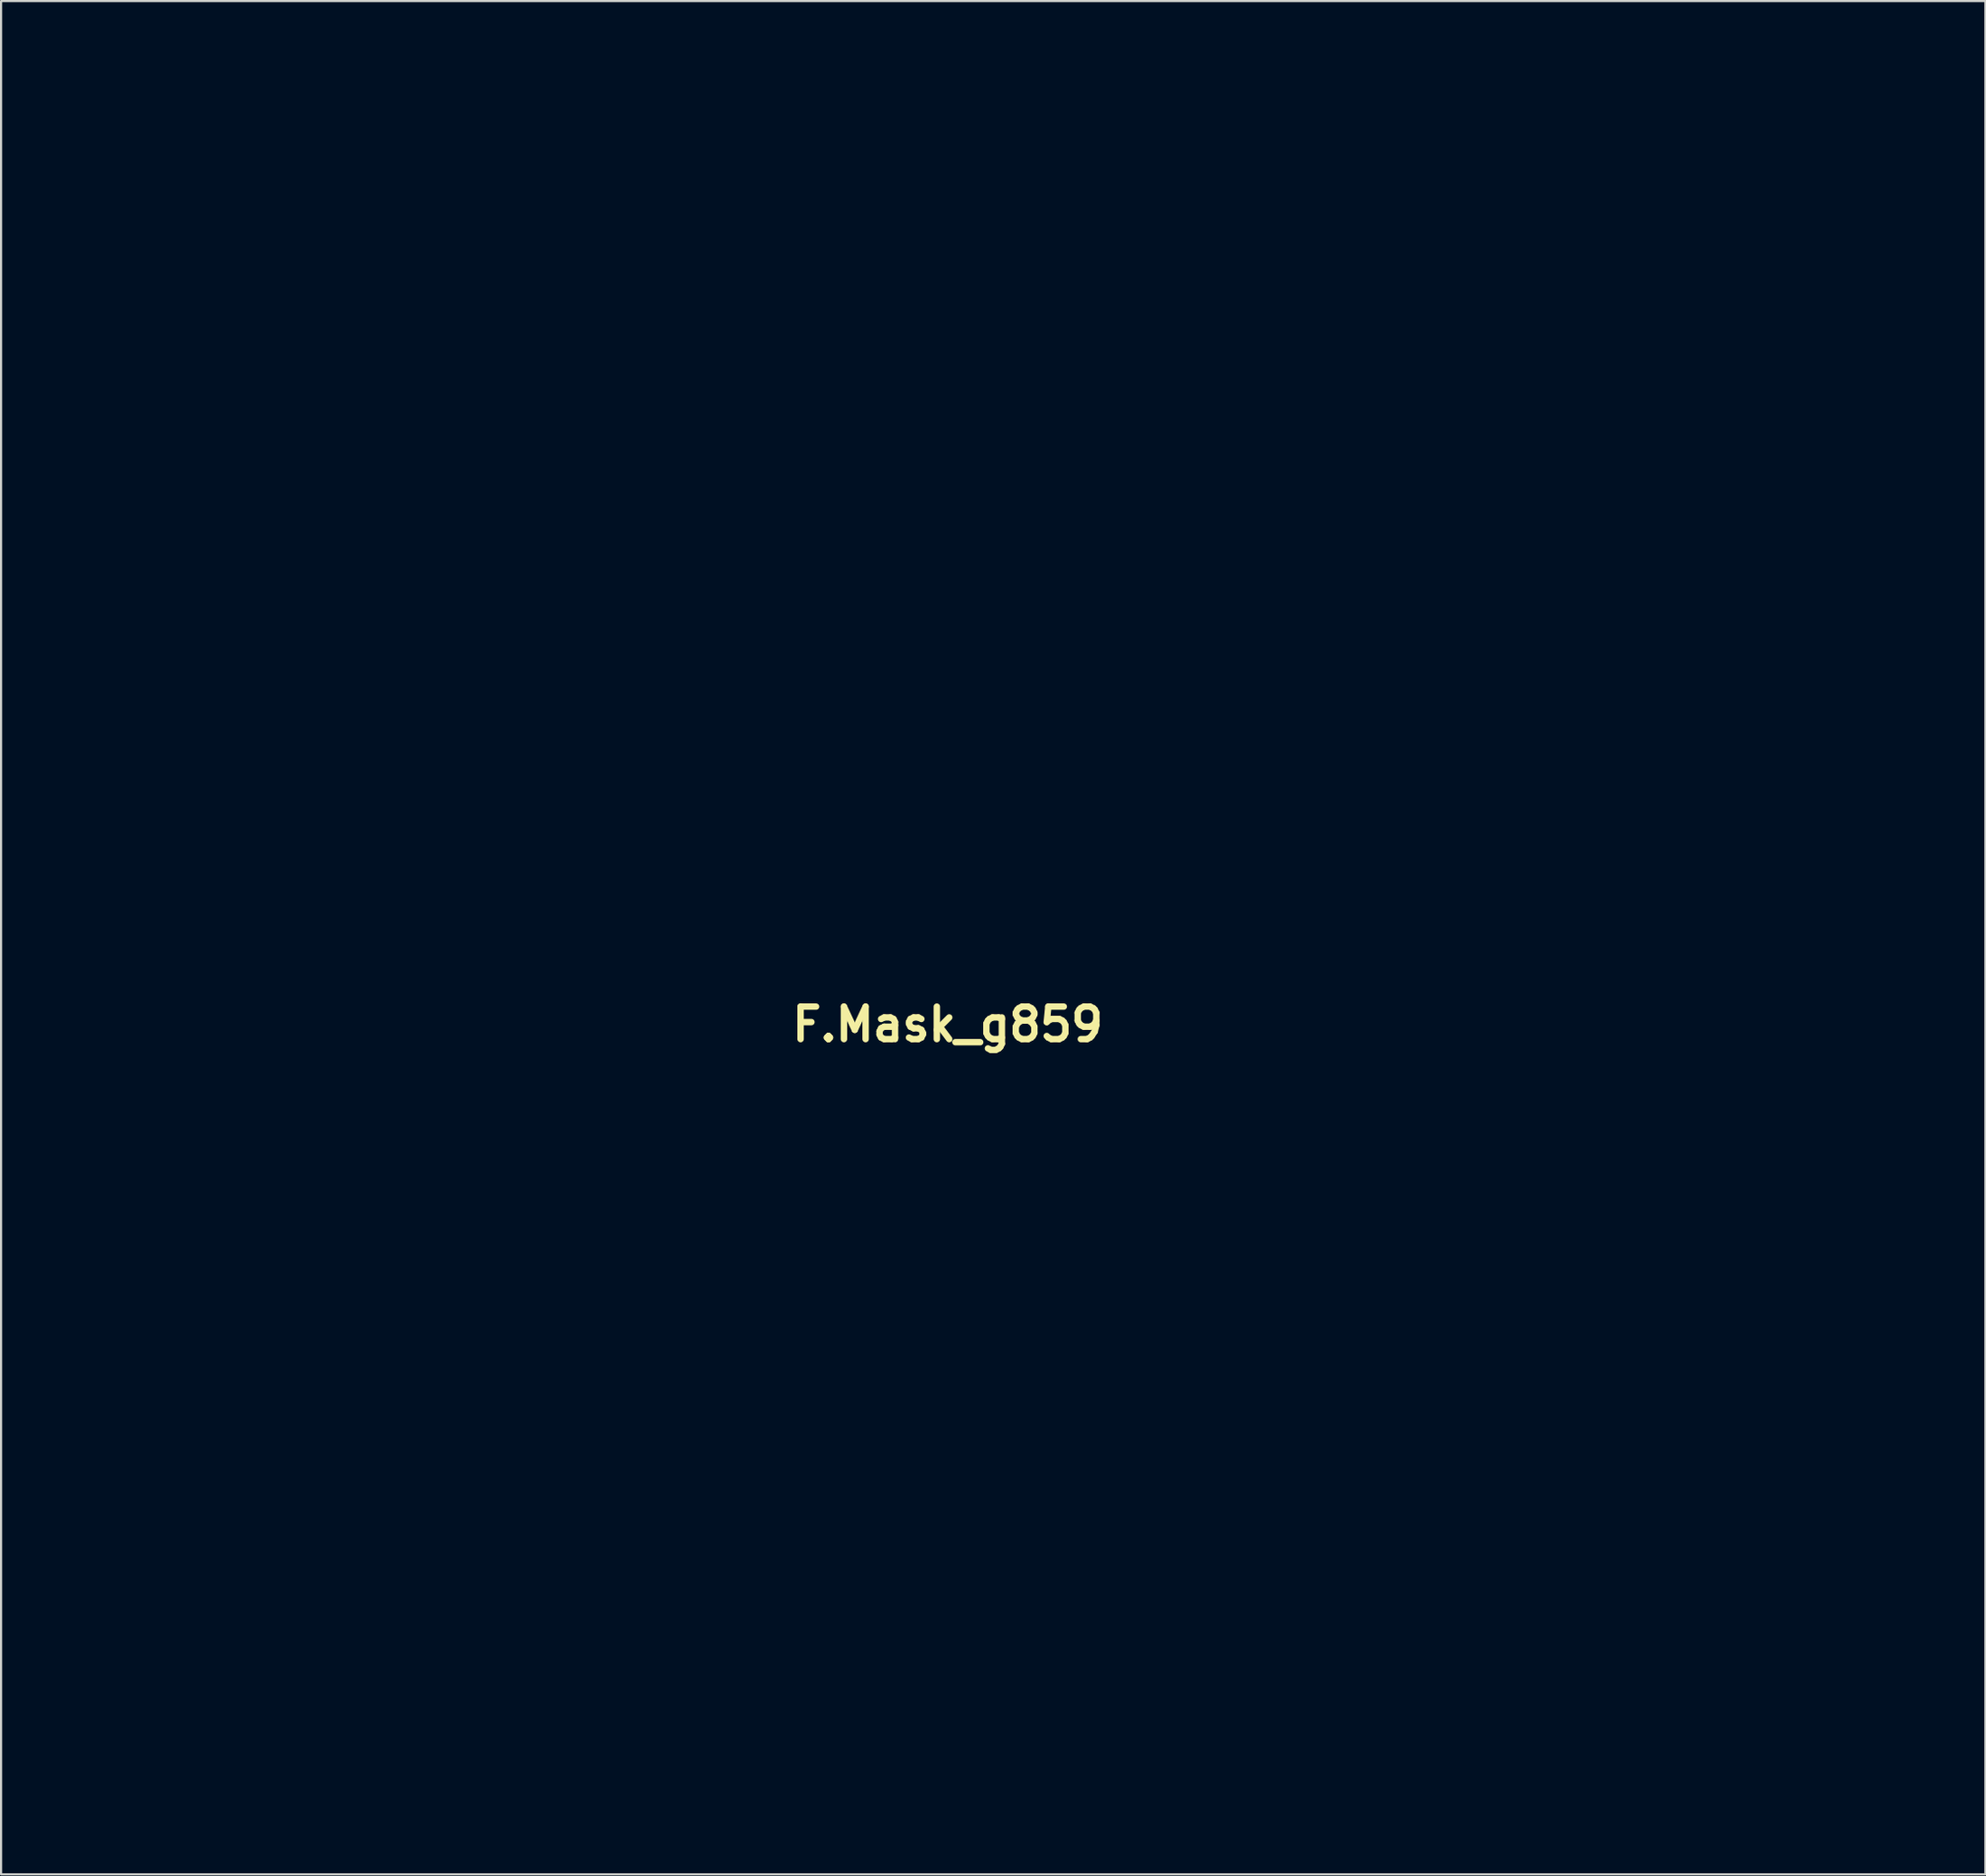
<source format=kicad_pcb>
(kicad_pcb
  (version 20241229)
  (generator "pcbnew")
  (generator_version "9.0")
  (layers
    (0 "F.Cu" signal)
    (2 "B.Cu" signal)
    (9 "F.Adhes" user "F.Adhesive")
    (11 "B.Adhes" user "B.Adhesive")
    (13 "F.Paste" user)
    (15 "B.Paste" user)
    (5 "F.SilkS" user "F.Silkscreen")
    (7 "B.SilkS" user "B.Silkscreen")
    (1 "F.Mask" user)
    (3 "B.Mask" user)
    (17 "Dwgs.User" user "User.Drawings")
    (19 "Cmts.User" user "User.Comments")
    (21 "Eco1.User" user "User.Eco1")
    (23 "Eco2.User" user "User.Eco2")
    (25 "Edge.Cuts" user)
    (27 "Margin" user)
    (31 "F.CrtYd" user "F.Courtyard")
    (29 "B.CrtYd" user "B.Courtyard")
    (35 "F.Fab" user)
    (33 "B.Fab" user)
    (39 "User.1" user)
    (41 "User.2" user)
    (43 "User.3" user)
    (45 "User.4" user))
  (footprint "F.Mask_g859"
    (layer "F.Cu")
    (at 41.371 44.984)
    (property "Reference" "F.Mask_g859" (at 0 0 0) (layer "F.SilkS") (effects (font (size 1.524 1.524) (thickness 0.3))))
    (attr through_hole)
    (fp_poly (pts (xy 45.626 -44.889) (xy 45.621 -44.847) (xy 45.612 -44.769) (xy 45.601 -44.659) (xy 45.587 -44.524) (xy 45.571 -44.369) (xy 45.554 -44.2) (xy 45.539 -44.058) (xy 45.305 -41.92) (xy 45.03 -39.77) (xy 44.716 -37.61) (xy 44.361 -35.44) (xy 43.966 -33.261) (xy 43.532 -31.073) (xy 43.059 -28.878) (xy 42.547 -26.677) (xy 41.996 -24.469) (xy 41.406 -22.255) (xy 40.777 -20.037) (xy 40.111 -17.815) (xy 39.406 -15.59) (xy 38.664 -13.363) (xy 37.884 -11.133) (xy 37.067 -8.902) (xy 36.213 -6.672) (xy 35.322 -4.441) (xy 34.394 -2.212) (xy 33.43 0.016) (xy 32.43 2.241) (xy 31.394 4.463) (xy 30.321 6.68) (xy 29.803 7.726) (xy 28.589 10.112) (xy 27.34 12.482) (xy 26.055 14.839) (xy 24.735 17.181) (xy 23.378 19.512) (xy 21.984 21.832) (xy 20.552 24.141) (xy 19.081 26.442) (xy 17.571 28.734) (xy 16.021 31.02) (xy 14.431 33.3) (xy 12.799 35.576) (xy 12.235 36.348) (xy 12.141 36.476) (xy 12.054 36.591) (xy 11.978 36.69) (xy 11.916 36.769) (xy 11.871 36.823) (xy 11.846 36.848) (xy 11.844 36.849) (xy 11.819 36.84) (xy 11.761 36.815) (xy 11.678 36.778) (xy 11.576 36.731) (xy 11.459 36.677) (xy 11.441 36.668) (xy 11.323 36.612) (xy 11.218 36.561) (xy 11.133 36.519) (xy 11.072 36.488) (xy 11.043 36.472) (xy 11.042 36.471) (xy 11.042 36.447) (xy 11.052 36.387) (xy 11.07 36.295) (xy 11.094 36.177) (xy 11.125 36.036) (xy 11.161 35.879) (xy 11.194 35.737) (xy 11.528 34.306) (xy 11.851 32.88) (xy 12.161 31.462) (xy 12.458 30.053) (xy 12.743 28.654) (xy 13.014 27.269) (xy 13.272 25.899) (xy 13.516 24.546) (xy 13.745 23.211) (xy 13.96 21.897) (xy 14.161 20.606) (xy 14.346 19.34) (xy 14.515 18.1) (xy 14.669 16.889) (xy 14.807 15.708) (xy 14.928 14.56) (xy 15.032 13.445) (xy 15.119 12.368) (xy 15.133 12.181) (xy 15.173 11.602) (xy 15.207 11.063) (xy 15.234 10.562) (xy 15.255 10.096) (xy 15.269 9.664) (xy 15.277 9.263) (xy 15.278 8.892) (xy 15.272 8.548) (xy 15.259 8.23) (xy 15.239 7.935) (xy 15.211 7.662) (xy 15.176 7.407) (xy 15.134 7.17) (xy 15.084 6.948) (xy 15.026 6.739) (xy 14.961 6.54) (xy 14.887 6.351) (xy 14.806 6.169) (xy 14.796 6.149) (xy 14.631 5.846) (xy 14.432 5.556) (xy 14.199 5.278) (xy 13.931 5.012) (xy 13.629 4.757) (xy 13.29 4.513) (xy 12.915 4.281) (xy 12.504 4.059) (xy 12.055 3.847) (xy 11.568 3.645) (xy 11.042 3.453) (xy 10.478 3.271) (xy 9.874 3.097) (xy 9.229 2.933) (xy 8.544 2.777) (xy 8.287 2.723) (xy 7.166 2.505) (xy 6.009 2.308) (xy 4.816 2.132) (xy 3.588 1.977) (xy 2.324 1.842) (xy 1.027 1.728) (xy -0.304 1.635) (xy -1.669 1.563) (xy -3.066 1.511) (xy -4.495 1.48) (xy -5.956 1.47) (xy -7.448 1.481) (xy -8.97 1.513) (xy -10.522 1.565) (xy -12.104 1.639) (xy -13.715 1.733) (xy -14.69 1.8) (xy -16.638 1.953) (xy -18.614 2.134) (xy -20.614 2.344) (xy -22.636 2.581) (xy -24.677 2.846) (xy -26.733 3.137) (xy -28.801 3.455) (xy -30.879 3.799) (xy -32.963 4.168) (xy -35.05 4.562) (xy -37.137 4.981) (xy -39.222 5.423) (xy -39.382 5.459) (xy -39.595 5.505) (xy -39.819 5.555) (xy -40.046 5.604) (xy -40.266 5.652) (xy -40.47 5.697) (xy -40.651 5.737) (xy -40.795 5.769) (xy -40.979 5.808) (xy -41.125 5.838) (xy -41.234 5.859) (xy -41.309 5.87) (xy -41.352 5.873) (xy -41.366 5.867) (xy -41.358 5.856) (xy -41.341 5.841) (xy -41.296 5.8) (xy -41.224 5.734) (xy -41.128 5.646) (xy -41.01 5.539) (xy -40.872 5.413) (xy -40.718 5.272) (xy -40.548 5.117) (xy -40.367 4.951) (xy -40.175 4.776) (xy -40.1 4.708) (xy -39.806 4.439) (xy -39.506 4.165) (xy -39.202 3.889) (xy -38.896 3.61) (xy -38.589 3.332) (xy -38.282 3.054) (xy -37.979 2.78) (xy -37.679 2.51) (xy -37.386 2.245) (xy -37.1 1.988) (xy -36.824 1.739) (xy -36.559 1.501) (xy -36.306 1.275) (xy -36.068 1.062) (xy -35.846 0.864) (xy -35.641 0.682) (xy -35.456 0.518) (xy -35.292 0.373) (xy -35.15 0.249) (xy -35.033 0.148) (xy -34.942 0.07) (xy -34.879 0.017) (xy -34.846 -0.008) (xy -34.844 -0.009) (xy -34.821 -0.027) (xy -34.77 -0.07) (xy -34.694 -0.135) (xy -34.597 -0.218) (xy -34.482 -0.318) (xy -34.352 -0.431) (xy -34.212 -0.553) (xy -34.132 -0.624) (xy -32.85 -1.741) (xy -31.538 -2.872) (xy -30.199 -4.012) (xy -28.841 -5.156) (xy -27.469 -6.298) (xy -26.091 -7.434) (xy -24.711 -8.558) (xy -23.336 -9.666) (xy -21.972 -10.752) (xy -20.625 -11.811) (xy -20.5 -11.908) (xy -19.03 -13.049) (xy -17.579 -14.16) (xy -16.141 -15.247) (xy -14.708 -16.314) (xy -13.274 -17.367) (xy -11.832 -18.411) (xy -10.376 -19.45) (xy -8.9 -20.489) (xy -7.396 -21.533) (xy -6.985 -21.816) (xy -6.566 -22.102) (xy -6.116 -22.407) (xy -5.641 -22.728) (xy -5.146 -23.06) (xy -4.635 -23.4) (xy -4.114 -23.745) (xy -3.589 -24.093) (xy -3.063 -24.438) (xy -2.542 -24.779) (xy -2.031 -25.111) (xy -1.536 -25.431) (xy -1.061 -25.737) (xy -0.612 -26.024) (xy -0.275 -26.237) (xy -0.179 -26.298) (xy -0.095 -26.353) (xy -0.03 -26.397) (xy 0.01 -26.425) (xy 0.017 -26.431) (xy 0.041 -26.448) (xy 0.098 -26.485) (xy 0.184 -26.54) (xy 0.297 -26.612) (xy 0.433 -26.698) (xy 0.589 -26.796) (xy 0.762 -26.904) (xy 0.949 -27.021) (xy 1.146 -27.144) (xy 1.35 -27.271) (xy 1.559 -27.4) (xy 1.768 -27.53) (xy 1.975 -27.658) (xy 2.176 -27.782) (xy 2.369 -27.9) (xy 2.55 -28.011) (xy 2.625 -28.057) (xy 4.525 -29.202) (xy 6.41 -30.308) (xy 8.278 -31.376) (xy 10.13 -32.405) (xy 11.966 -33.395) (xy 13.787 -34.348) (xy 15.592 -35.262) (xy 17.383 -36.138) (xy 19.158 -36.977) (xy 20.919 -37.777) (xy 21.774 -38.155) (xy 23.424 -38.861) (xy 25.057 -39.531) (xy 26.673 -40.165) (xy 28.272 -40.763) (xy 29.854 -41.324) (xy 31.419 -41.849) (xy 32.965 -42.337) (xy 34.494 -42.789) (xy 36.004 -43.204) (xy 37.495 -43.583) (xy 38.968 -43.924) (xy 40.421 -44.229) (xy 41.855 -44.496) (xy 43.269 -44.726) (xy 43.549 -44.768) (xy 43.899 -44.818) (xy 44.219 -44.862) (xy 44.508 -44.899) (xy 44.764 -44.929) (xy 44.984 -44.952) (xy 45.169 -44.969) (xy 45.314 -44.977) (xy 45.388 -44.979) (xy 45.638 -44.979) (xy 45.626 -44.889)) (stroke (width 0.01) (type solid)) (fill yes) (layer "F.Mask")))
  (gr_rect
    (start -3 -3)
    (end 90.014 84.838)
    (stroke (width 0.1) (type default))
    (fill no)
    (layer "Edge.Cuts")))
</source>
